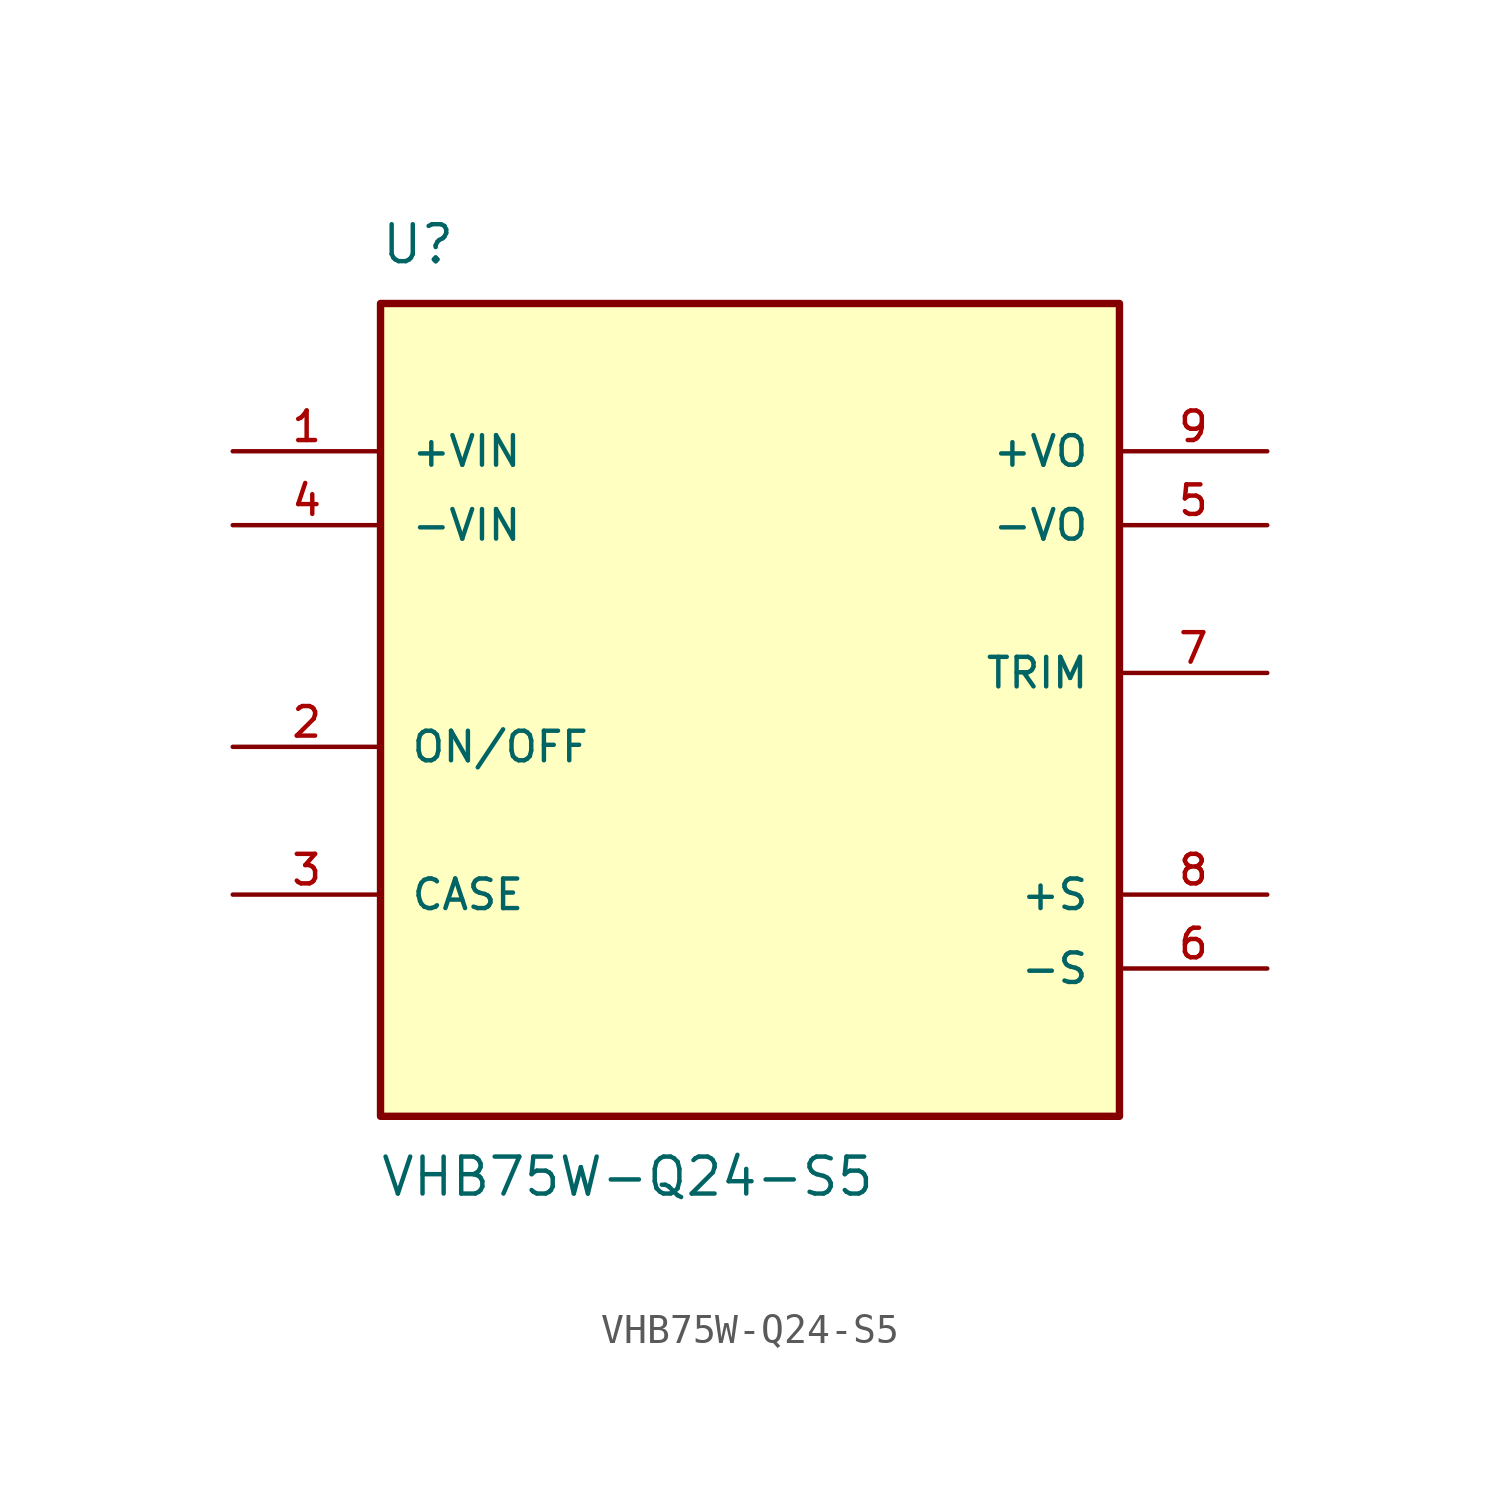
<source format=kicad_sym>
(kicad_symbol_lib
  (version 20231120)
  (generator "kicad_symbol_editor")
  (generator_version "8.0")
  (symbol "VHB75W-Q24-S5"
    (pin_names
      (offset 1.016))
    (property "Reference" "U"
      (at -12.72 13.992 0)
      (effects (font (size 1.27 1.27)) (justify left bottom)))
    (property "Value" "VHB75W-Q24-S5"
      (at -12.748 -16.572 0)
      (effects (font (size 1.27 1.27)) (justify left top)))
    (symbol "VHB75W-Q24-S5_0_0"
      (rectangle (start -12.7 -15.24) (end 12.7 12.7) (stroke (width 0.254) (type default)) (fill (type background)))
      (pin input line (at -17.78 7.62 0) (length 5.08) (name "+VIN" (effects (font (size 1.016 1.016)))) (number "1" (effects (font (size 1.016 1.016)))))
      (pin input line (at -17.78 -2.54 0) (length 5.08) (name "ON/OFF" (effects (font (size 1.016 1.016)))) (number "2" (effects (font (size 1.016 1.016)))))
      (pin passive line (at -17.78 -7.62 0) (length 5.08) (name "CASE" (effects (font (size 1.016 1.016)))) (number "3" (effects (font (size 1.016 1.016)))))
      (pin input line (at -17.78 5.08 0) (length 5.08) (name "-VIN" (effects (font (size 1.016 1.016)))) (number "4" (effects (font (size 1.016 1.016)))))
      (pin output line (at 17.78 5.08 180) (length 5.08) (name "-VO" (effects (font (size 1.016 1.016)))) (number "5" (effects (font (size 1.016 1.016)))))
      (pin output line (at 17.78 -10.16 180) (length 5.08) (name "-S" (effects (font (size 1.016 1.016)))) (number "6" (effects (font (size 1.016 1.016)))))
      (pin passive line (at 17.78 0 180) (length 5.08) (name "TRIM" (effects (font (size 1.016 1.016)))) (number "7" (effects (font (size 1.016 1.016)))))
      (pin output line (at 17.78 -7.62 180) (length 5.08) (name "+S" (effects (font (size 1.016 1.016)))) (number "8" (effects (font (size 1.016 1.016)))))
      (pin output line (at 17.78 7.62 180) (length 5.08) (name "+VO" (effects (font (size 1.016 1.016)))) (number "9" (effects (font (size 1.016 1.016))))))))
</source>
